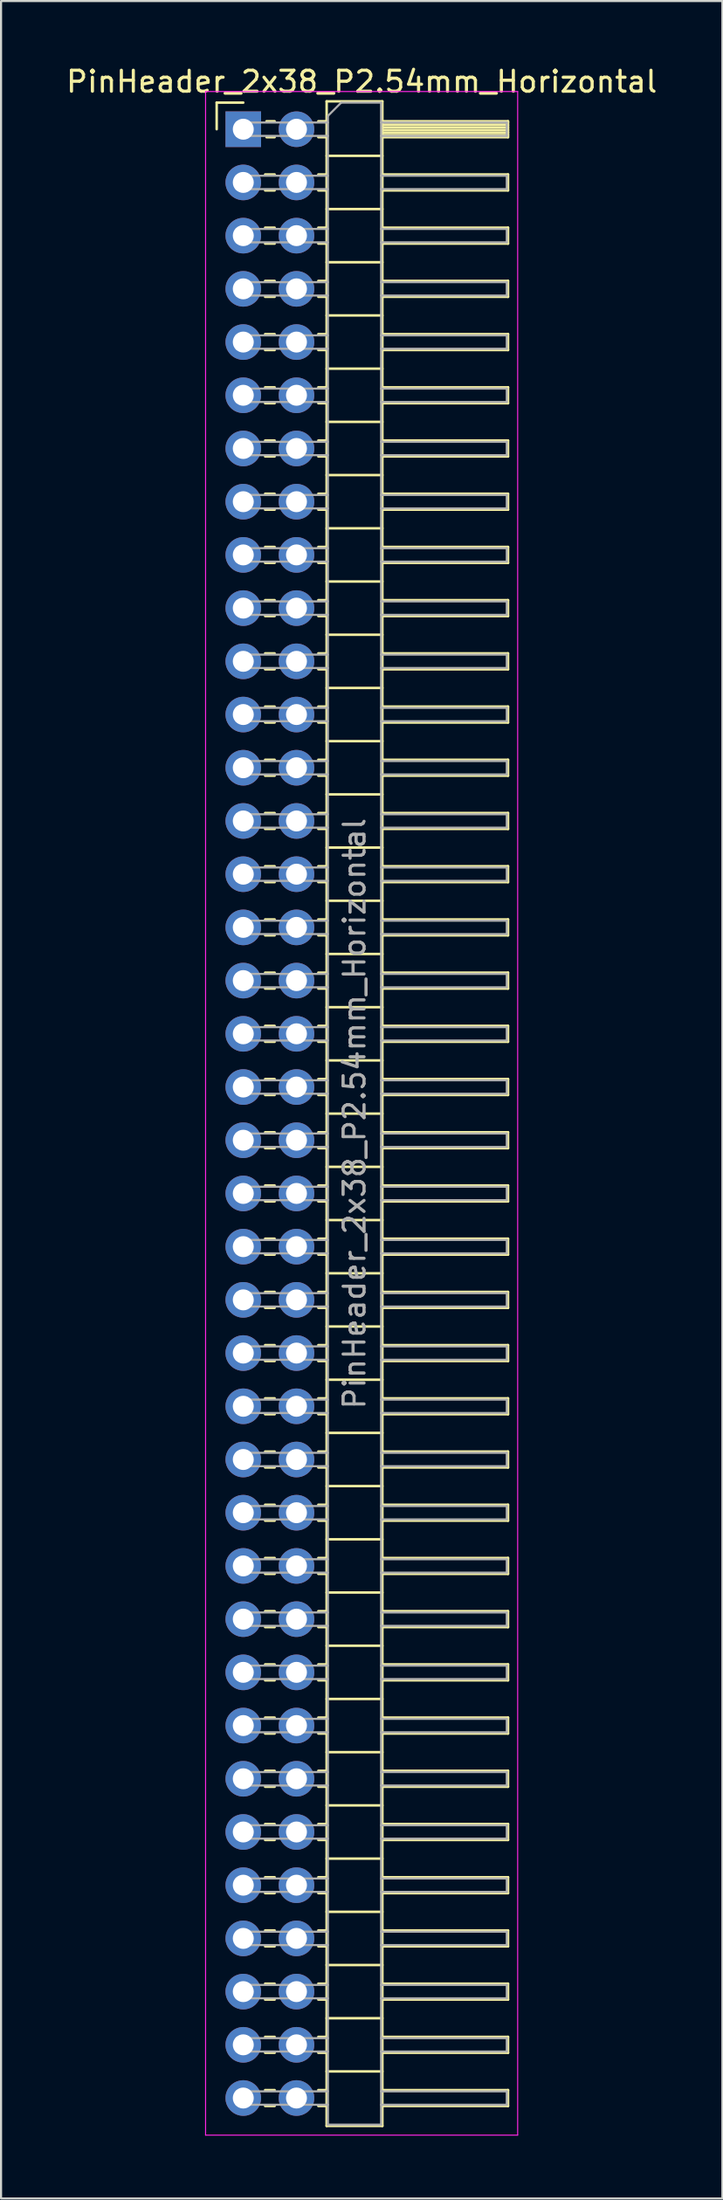
<source format=kicad_pcb>
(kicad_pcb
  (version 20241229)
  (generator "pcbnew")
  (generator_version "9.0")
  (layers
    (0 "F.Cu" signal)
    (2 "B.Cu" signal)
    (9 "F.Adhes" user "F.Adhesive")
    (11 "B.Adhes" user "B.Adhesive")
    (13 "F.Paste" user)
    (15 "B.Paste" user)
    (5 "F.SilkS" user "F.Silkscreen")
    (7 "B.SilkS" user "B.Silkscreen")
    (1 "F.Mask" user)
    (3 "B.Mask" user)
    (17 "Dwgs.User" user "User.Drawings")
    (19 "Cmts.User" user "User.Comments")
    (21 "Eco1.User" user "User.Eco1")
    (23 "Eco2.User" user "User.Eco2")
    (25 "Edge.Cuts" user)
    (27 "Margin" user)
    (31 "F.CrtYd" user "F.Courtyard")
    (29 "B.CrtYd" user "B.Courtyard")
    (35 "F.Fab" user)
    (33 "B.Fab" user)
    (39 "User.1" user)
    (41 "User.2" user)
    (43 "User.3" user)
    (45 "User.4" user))
  (footprint "PinHeader_2x38_P2.54mm_Horizontal"
    (layer "F.Cu")
    (at 8.565 3.118)
    (property "Reference" "PinHeader_2x38_P2.54mm_Horizontal" (at 5.655 -2.27 0) (layer "F.SilkS") (effects (font (size 1 1) (thickness 0.15))))
    (attr through_hole)
    (fp_line (start -1.27 -1.27) (end 0 -1.27) (stroke (width 0.12) (type solid)) (layer "F.SilkS"))
    (fp_line (start -1.27 0) (end -1.27 -1.27) (stroke (width 0.12) (type solid)) (layer "F.SilkS"))
    (fp_line (start 1.043 2.16) (end 1.497 2.16) (stroke (width 0.12) (type solid)) (layer "F.SilkS"))
    (fp_line (start 1.043 2.92) (end 1.497 2.92) (stroke (width 0.12) (type solid)) (layer "F.SilkS"))
    (fp_line (start 1.043 4.7) (end 1.497 4.7) (stroke (width 0.12) (type solid)) (layer "F.SilkS"))
    (fp_line (start 1.043 5.46) (end 1.497 5.46) (stroke (width 0.12) (type solid)) (layer "F.SilkS"))
    (fp_line (start 1.043 7.24) (end 1.497 7.24) (stroke (width 0.12) (type solid)) (layer "F.SilkS"))
    (fp_line (start 1.043 8) (end 1.497 8) (stroke (width 0.12) (type solid)) (layer "F.SilkS"))
    (fp_line (start 1.043 9.78) (end 1.497 9.78) (stroke (width 0.12) (type solid)) (layer "F.SilkS"))
    (fp_line (start 1.043 10.54) (end 1.497 10.54) (stroke (width 0.12) (type solid)) (layer "F.SilkS"))
    (fp_line (start 1.043 12.32) (end 1.497 12.32) (stroke (width 0.12) (type solid)) (layer "F.SilkS"))
    (fp_line (start 1.043 13.08) (end 1.497 13.08) (stroke (width 0.12) (type solid)) (layer "F.SilkS"))
    (fp_line (start 1.043 14.86) (end 1.497 14.86) (stroke (width 0.12) (type solid)) (layer "F.SilkS"))
    (fp_line (start 1.043 15.62) (end 1.497 15.62) (stroke (width 0.12) (type solid)) (layer "F.SilkS"))
    (fp_line (start 1.043 17.4) (end 1.497 17.4) (stroke (width 0.12) (type solid)) (layer "F.SilkS"))
    (fp_line (start 1.043 18.16) (end 1.497 18.16) (stroke (width 0.12) (type solid)) (layer "F.SilkS"))
    (fp_line (start 1.043 19.94) (end 1.497 19.94) (stroke (width 0.12) (type solid)) (layer "F.SilkS"))
    (fp_line (start 1.043 20.7) (end 1.497 20.7) (stroke (width 0.12) (type solid)) (layer "F.SilkS"))
    (fp_line (start 1.043 22.48) (end 1.497 22.48) (stroke (width 0.12) (type solid)) (layer "F.SilkS"))
    (fp_line (start 1.043 23.24) (end 1.497 23.24) (stroke (width 0.12) (type solid)) (layer "F.SilkS"))
    (fp_line (start 1.043 25.02) (end 1.497 25.02) (stroke (width 0.12) (type solid)) (layer "F.SilkS"))
    (fp_line (start 1.043 25.78) (end 1.497 25.78) (stroke (width 0.12) (type solid)) (layer "F.SilkS"))
    (fp_line (start 1.043 27.56) (end 1.497 27.56) (stroke (width 0.12) (type solid)) (layer "F.SilkS"))
    (fp_line (start 1.043 28.32) (end 1.497 28.32) (stroke (width 0.12) (type solid)) (layer "F.SilkS"))
    (fp_line (start 1.043 30.1) (end 1.497 30.1) (stroke (width 0.12) (type solid)) (layer "F.SilkS"))
    (fp_line (start 1.043 30.86) (end 1.497 30.86) (stroke (width 0.12) (type solid)) (layer "F.SilkS"))
    (fp_line (start 1.043 32.64) (end 1.497 32.64) (stroke (width 0.12) (type solid)) (layer "F.SilkS"))
    (fp_line (start 1.043 33.4) (end 1.497 33.4) (stroke (width 0.12) (type solid)) (layer "F.SilkS"))
    (fp_line (start 1.043 35.18) (end 1.497 35.18) (stroke (width 0.12) (type solid)) (layer "F.SilkS"))
    (fp_line (start 1.043 35.94) (end 1.497 35.94) (stroke (width 0.12) (type solid)) (layer "F.SilkS"))
    (fp_line (start 1.043 37.72) (end 1.497 37.72) (stroke (width 0.12) (type solid)) (layer "F.SilkS"))
    (fp_line (start 1.043 38.48) (end 1.497 38.48) (stroke (width 0.12) (type solid)) (layer "F.SilkS"))
    (fp_line (start 1.043 40.26) (end 1.497 40.26) (stroke (width 0.12) (type solid)) (layer "F.SilkS"))
    (fp_line (start 1.043 41.02) (end 1.497 41.02) (stroke (width 0.12) (type solid)) (layer "F.SilkS"))
    (fp_line (start 1.043 42.8) (end 1.497 42.8) (stroke (width 0.12) (type solid)) (layer "F.SilkS"))
    (fp_line (start 1.043 43.56) (end 1.497 43.56) (stroke (width 0.12) (type solid)) (layer "F.SilkS"))
    (fp_line (start 1.043 45.34) (end 1.497 45.34) (stroke (width 0.12) (type solid)) (layer "F.SilkS"))
    (fp_line (start 1.043 46.1) (end 1.497 46.1) (stroke (width 0.12) (type solid)) (layer "F.SilkS"))
    (fp_line (start 1.043 47.88) (end 1.497 47.88) (stroke (width 0.12) (type solid)) (layer "F.SilkS"))
    (fp_line (start 1.043 48.64) (end 1.497 48.64) (stroke (width 0.12) (type solid)) (layer "F.SilkS"))
    (fp_line (start 1.043 50.42) (end 1.497 50.42) (stroke (width 0.12) (type solid)) (layer "F.SilkS"))
    (fp_line (start 1.043 51.18) (end 1.497 51.18) (stroke (width 0.12) (type solid)) (layer "F.SilkS"))
    (fp_line (start 1.043 52.96) (end 1.497 52.96) (stroke (width 0.12) (type solid)) (layer "F.SilkS"))
    (fp_line (start 1.043 53.72) (end 1.497 53.72) (stroke (width 0.12) (type solid)) (layer "F.SilkS"))
    (fp_line (start 1.043 55.5) (end 1.497 55.5) (stroke (width 0.12) (type solid)) (layer "F.SilkS"))
    (fp_line (start 1.043 56.26) (end 1.497 56.26) (stroke (width 0.12) (type solid)) (layer "F.SilkS"))
    (fp_line (start 1.043 58.04) (end 1.497 58.04) (stroke (width 0.12) (type solid)) (layer "F.SilkS"))
    (fp_line (start 1.043 58.8) (end 1.497 58.8) (stroke (width 0.12) (type solid)) (layer "F.SilkS"))
    (fp_line (start 1.043 60.58) (end 1.497 60.58) (stroke (width 0.12) (type solid)) (layer "F.SilkS"))
    (fp_line (start 1.043 61.34) (end 1.497 61.34) (stroke (width 0.12) (type solid)) (layer "F.SilkS"))
    (fp_line (start 1.043 63.12) (end 1.497 63.12) (stroke (width 0.12) (type solid)) (layer "F.SilkS"))
    (fp_line (start 1.043 63.88) (end 1.497 63.88) (stroke (width 0.12) (type solid)) (layer "F.SilkS"))
    (fp_line (start 1.043 65.66) (end 1.497 65.66) (stroke (width 0.12) (type solid)) (layer "F.SilkS"))
    (fp_line (start 1.043 66.42) (end 1.497 66.42) (stroke (width 0.12) (type solid)) (layer "F.SilkS"))
    (fp_line (start 1.043 68.2) (end 1.497 68.2) (stroke (width 0.12) (type solid)) (layer "F.SilkS"))
    (fp_line (start 1.043 68.96) (end 1.497 68.96) (stroke (width 0.12) (type solid)) (layer "F.SilkS"))
    (fp_line (start 1.043 70.74) (end 1.497 70.74) (stroke (width 0.12) (type solid)) (layer "F.SilkS"))
    (fp_line (start 1.043 71.5) (end 1.497 71.5) (stroke (width 0.12) (type solid)) (layer "F.SilkS"))
    (fp_line (start 1.043 73.28) (end 1.497 73.28) (stroke (width 0.12) (type solid)) (layer "F.SilkS"))
    (fp_line (start 1.043 74.04) (end 1.497 74.04) (stroke (width 0.12) (type solid)) (layer "F.SilkS"))
    (fp_line (start 1.043 75.82) (end 1.497 75.82) (stroke (width 0.12) (type solid)) (layer "F.SilkS"))
    (fp_line (start 1.043 76.58) (end 1.497 76.58) (stroke (width 0.12) (type solid)) (layer "F.SilkS"))
    (fp_line (start 1.043 78.36) (end 1.497 78.36) (stroke (width 0.12) (type solid)) (layer "F.SilkS"))
    (fp_line (start 1.043 79.12) (end 1.497 79.12) (stroke (width 0.12) (type solid)) (layer "F.SilkS"))
    (fp_line (start 1.043 80.9) (end 1.497 80.9) (stroke (width 0.12) (type solid)) (layer "F.SilkS"))
    (fp_line (start 1.043 81.66) (end 1.497 81.66) (stroke (width 0.12) (type solid)) (layer "F.SilkS"))
    (fp_line (start 1.043 83.44) (end 1.497 83.44) (stroke (width 0.12) (type solid)) (layer "F.SilkS"))
    (fp_line (start 1.043 84.2) (end 1.497 84.2) (stroke (width 0.12) (type solid)) (layer "F.SilkS"))
    (fp_line (start 1.043 85.98) (end 1.497 85.98) (stroke (width 0.12) (type solid)) (layer "F.SilkS"))
    (fp_line (start 1.043 86.74) (end 1.497 86.74) (stroke (width 0.12) (type solid)) (layer "F.SilkS"))
    (fp_line (start 1.043 88.52) (end 1.497 88.52) (stroke (width 0.12) (type solid)) (layer "F.SilkS"))
    (fp_line (start 1.043 89.28) (end 1.497 89.28) (stroke (width 0.12) (type solid)) (layer "F.SilkS"))
    (fp_line (start 1.043 91.06) (end 1.497 91.06) (stroke (width 0.12) (type solid)) (layer "F.SilkS"))
    (fp_line (start 1.043 91.82) (end 1.497 91.82) (stroke (width 0.12) (type solid)) (layer "F.SilkS"))
    (fp_line (start 1.043 93.6) (end 1.497 93.6) (stroke (width 0.12) (type solid)) (layer "F.SilkS"))
    (fp_line (start 1.043 94.36) (end 1.497 94.36) (stroke (width 0.12) (type solid)) (layer "F.SilkS"))
    (fp_line (start 1.11 -0.38) (end 1.497 -0.38) (stroke (width 0.12) (type solid)) (layer "F.SilkS"))
    (fp_line (start 1.11 0.38) (end 1.497 0.38) (stroke (width 0.12) (type solid)) (layer "F.SilkS"))
    (fp_line (start 3.583 -0.38) (end 3.98 -0.38) (stroke (width 0.12) (type solid)) (layer "F.SilkS"))
    (fp_line (start 3.583 0.38) (end 3.98 0.38) (stroke (width 0.12) (type solid)) (layer "F.SilkS"))
    (fp_line (start 3.583 2.16) (end 3.98 2.16) (stroke (width 0.12) (type solid)) (layer "F.SilkS"))
    (fp_line (start 3.583 2.92) (end 3.98 2.92) (stroke (width 0.12) (type solid)) (layer "F.SilkS"))
    (fp_line (start 3.583 4.7) (end 3.98 4.7) (stroke (width 0.12) (type solid)) (layer "F.SilkS"))
    (fp_line (start 3.583 5.46) (end 3.98 5.46) (stroke (width 0.12) (type solid)) (layer "F.SilkS"))
    (fp_line (start 3.583 7.24) (end 3.98 7.24) (stroke (width 0.12) (type solid)) (layer "F.SilkS"))
    (fp_line (start 3.583 8) (end 3.98 8) (stroke (width 0.12) (type solid)) (layer "F.SilkS"))
    (fp_line (start 3.583 9.78) (end 3.98 9.78) (stroke (width 0.12) (type solid)) (layer "F.SilkS"))
    (fp_line (start 3.583 10.54) (end 3.98 10.54) (stroke (width 0.12) (type solid)) (layer "F.SilkS"))
    (fp_line (start 3.583 12.32) (end 3.98 12.32) (stroke (width 0.12) (type solid)) (layer "F.SilkS"))
    (fp_line (start 3.583 13.08) (end 3.98 13.08) (stroke (width 0.12) (type solid)) (layer "F.SilkS"))
    (fp_line (start 3.583 14.86) (end 3.98 14.86) (stroke (width 0.12) (type solid)) (layer "F.SilkS"))
    (fp_line (start 3.583 15.62) (end 3.98 15.62) (stroke (width 0.12) (type solid)) (layer "F.SilkS"))
    (fp_line (start 3.583 17.4) (end 3.98 17.4) (stroke (width 0.12) (type solid)) (layer "F.SilkS"))
    (fp_line (start 3.583 18.16) (end 3.98 18.16) (stroke (width 0.12) (type solid)) (layer "F.SilkS"))
    (fp_line (start 3.583 19.94) (end 3.98 19.94) (stroke (width 0.12) (type solid)) (layer "F.SilkS"))
    (fp_line (start 3.583 20.7) (end 3.98 20.7) (stroke (width 0.12) (type solid)) (layer "F.SilkS"))
    (fp_line (start 3.583 22.48) (end 3.98 22.48) (stroke (width 0.12) (type solid)) (layer "F.SilkS"))
    (fp_line (start 3.583 23.24) (end 3.98 23.24) (stroke (width 0.12) (type solid)) (layer "F.SilkS"))
    (fp_line (start 3.583 25.02) (end 3.98 25.02) (stroke (width 0.12) (type solid)) (layer "F.SilkS"))
    (fp_line (start 3.583 25.78) (end 3.98 25.78) (stroke (width 0.12) (type solid)) (layer "F.SilkS"))
    (fp_line (start 3.583 27.56) (end 3.98 27.56) (stroke (width 0.12) (type solid)) (layer "F.SilkS"))
    (fp_line (start 3.583 28.32) (end 3.98 28.32) (stroke (width 0.12) (type solid)) (layer "F.SilkS"))
    (fp_line (start 3.583 30.1) (end 3.98 30.1) (stroke (width 0.12) (type solid)) (layer "F.SilkS"))
    (fp_line (start 3.583 30.86) (end 3.98 30.86) (stroke (width 0.12) (type solid)) (layer "F.SilkS"))
    (fp_line (start 3.583 32.64) (end 3.98 32.64) (stroke (width 0.12) (type solid)) (layer "F.SilkS"))
    (fp_line (start 3.583 33.4) (end 3.98 33.4) (stroke (width 0.12) (type solid)) (layer "F.SilkS"))
    (fp_line (start 3.583 35.18) (end 3.98 35.18) (stroke (width 0.12) (type solid)) (layer "F.SilkS"))
    (fp_line (start 3.583 35.94) (end 3.98 35.94) (stroke (width 0.12) (type solid)) (layer "F.SilkS"))
    (fp_line (start 3.583 37.72) (end 3.98 37.72) (stroke (width 0.12) (type solid)) (layer "F.SilkS"))
    (fp_line (start 3.583 38.48) (end 3.98 38.48) (stroke (width 0.12) (type solid)) (layer "F.SilkS"))
    (fp_line (start 3.583 40.26) (end 3.98 40.26) (stroke (width 0.12) (type solid)) (layer "F.SilkS"))
    (fp_line (start 3.583 41.02) (end 3.98 41.02) (stroke (width 0.12) (type solid)) (layer "F.SilkS"))
    (fp_line (start 3.583 42.8) (end 3.98 42.8) (stroke (width 0.12) (type solid)) (layer "F.SilkS"))
    (fp_line (start 3.583 43.56) (end 3.98 43.56) (stroke (width 0.12) (type solid)) (layer "F.SilkS"))
    (fp_line (start 3.583 45.34) (end 3.98 45.34) (stroke (width 0.12) (type solid)) (layer "F.SilkS"))
    (fp_line (start 3.583 46.1) (end 3.98 46.1) (stroke (width 0.12) (type solid)) (layer "F.SilkS"))
    (fp_line (start 3.583 47.88) (end 3.98 47.88) (stroke (width 0.12) (type solid)) (layer "F.SilkS"))
    (fp_line (start 3.583 48.64) (end 3.98 48.64) (stroke (width 0.12) (type solid)) (layer "F.SilkS"))
    (fp_line (start 3.583 50.42) (end 3.98 50.42) (stroke (width 0.12) (type solid)) (layer "F.SilkS"))
    (fp_line (start 3.583 51.18) (end 3.98 51.18) (stroke (width 0.12) (type solid)) (layer "F.SilkS"))
    (fp_line (start 3.583 52.96) (end 3.98 52.96) (stroke (width 0.12) (type solid)) (layer "F.SilkS"))
    (fp_line (start 3.583 53.72) (end 3.98 53.72) (stroke (width 0.12) (type solid)) (layer "F.SilkS"))
    (fp_line (start 3.583 55.5) (end 3.98 55.5) (stroke (width 0.12) (type solid)) (layer "F.SilkS"))
    (fp_line (start 3.583 56.26) (end 3.98 56.26) (stroke (width 0.12) (type solid)) (layer "F.SilkS"))
    (fp_line (start 3.583 58.04) (end 3.98 58.04) (stroke (width 0.12) (type solid)) (layer "F.SilkS"))
    (fp_line (start 3.583 58.8) (end 3.98 58.8) (stroke (width 0.12) (type solid)) (layer "F.SilkS"))
    (fp_line (start 3.583 60.58) (end 3.98 60.58) (stroke (width 0.12) (type solid)) (layer "F.SilkS"))
    (fp_line (start 3.583 61.34) (end 3.98 61.34) (stroke (width 0.12) (type solid)) (layer "F.SilkS"))
    (fp_line (start 3.583 63.12) (end 3.98 63.12) (stroke (width 0.12) (type solid)) (layer "F.SilkS"))
    (fp_line (start 3.583 63.88) (end 3.98 63.88) (stroke (width 0.12) (type solid)) (layer "F.SilkS"))
    (fp_line (start 3.583 65.66) (end 3.98 65.66) (stroke (width 0.12) (type solid)) (layer "F.SilkS"))
    (fp_line (start 3.583 66.42) (end 3.98 66.42) (stroke (width 0.12) (type solid)) (layer "F.SilkS"))
    (fp_line (start 3.583 68.2) (end 3.98 68.2) (stroke (width 0.12) (type solid)) (layer "F.SilkS"))
    (fp_line (start 3.583 68.96) (end 3.98 68.96) (stroke (width 0.12) (type solid)) (layer "F.SilkS"))
    (fp_line (start 3.583 70.74) (end 3.98 70.74) (stroke (width 0.12) (type solid)) (layer "F.SilkS"))
    (fp_line (start 3.583 71.5) (end 3.98 71.5) (stroke (width 0.12) (type solid)) (layer "F.SilkS"))
    (fp_line (start 3.583 73.28) (end 3.98 73.28) (stroke (width 0.12) (type solid)) (layer "F.SilkS"))
    (fp_line (start 3.583 74.04) (end 3.98 74.04) (stroke (width 0.12) (type solid)) (layer "F.SilkS"))
    (fp_line (start 3.583 75.82) (end 3.98 75.82) (stroke (width 0.12) (type solid)) (layer "F.SilkS"))
    (fp_line (start 3.583 76.58) (end 3.98 76.58) (stroke (width 0.12) (type solid)) (layer "F.SilkS"))
    (fp_line (start 3.583 78.36) (end 3.98 78.36) (stroke (width 0.12) (type solid)) (layer "F.SilkS"))
    (fp_line (start 3.583 79.12) (end 3.98 79.12) (stroke (width 0.12) (type solid)) (layer "F.SilkS"))
    (fp_line (start 3.583 80.9) (end 3.98 80.9) (stroke (width 0.12) (type solid)) (layer "F.SilkS"))
    (fp_line (start 3.583 81.66) (end 3.98 81.66) (stroke (width 0.12) (type solid)) (layer "F.SilkS"))
    (fp_line (start 3.583 83.44) (end 3.98 83.44) (stroke (width 0.12) (type solid)) (layer "F.SilkS"))
    (fp_line (start 3.583 84.2) (end 3.98 84.2) (stroke (width 0.12) (type solid)) (layer "F.SilkS"))
    (fp_line (start 3.583 85.98) (end 3.98 85.98) (stroke (width 0.12) (type solid)) (layer "F.SilkS"))
    (fp_line (start 3.583 86.74) (end 3.98 86.74) (stroke (width 0.12) (type solid)) (layer "F.SilkS"))
    (fp_line (start 3.583 88.52) (end 3.98 88.52) (stroke (width 0.12) (type solid)) (layer "F.SilkS"))
    (fp_line (start 3.583 89.28) (end 3.98 89.28) (stroke (width 0.12) (type solid)) (layer "F.SilkS"))
    (fp_line (start 3.583 91.06) (end 3.98 91.06) (stroke (width 0.12) (type solid)) (layer "F.SilkS"))
    (fp_line (start 3.583 91.82) (end 3.98 91.82) (stroke (width 0.12) (type solid)) (layer "F.SilkS"))
    (fp_line (start 3.583 93.6) (end 3.98 93.6) (stroke (width 0.12) (type solid)) (layer "F.SilkS"))
    (fp_line (start 3.583 94.36) (end 3.98 94.36) (stroke (width 0.12) (type solid)) (layer "F.SilkS"))
    (fp_line (start 3.98 -1.33) (end 3.98 95.31) (stroke (width 0.12) (type solid)) (layer "F.SilkS"))
    (fp_line (start 3.98 1.27) (end 6.64 1.27) (stroke (width 0.12) (type solid)) (layer "F.SilkS"))
    (fp_line (start 3.98 3.81) (end 6.64 3.81) (stroke (width 0.12) (type solid)) (layer "F.SilkS"))
    (fp_line (start 3.98 6.35) (end 6.64 6.35) (stroke (width 0.12) (type solid)) (layer "F.SilkS"))
    (fp_line (start 3.98 8.89) (end 6.64 8.89) (stroke (width 0.12) (type solid)) (layer "F.SilkS"))
    (fp_line (start 3.98 11.43) (end 6.64 11.43) (stroke (width 0.12) (type solid)) (layer "F.SilkS"))
    (fp_line (start 3.98 13.97) (end 6.64 13.97) (stroke (width 0.12) (type solid)) (layer "F.SilkS"))
    (fp_line (start 3.98 16.51) (end 6.64 16.51) (stroke (width 0.12) (type solid)) (layer "F.SilkS"))
    (fp_line (start 3.98 19.05) (end 6.64 19.05) (stroke (width 0.12) (type solid)) (layer "F.SilkS"))
    (fp_line (start 3.98 21.59) (end 6.64 21.59) (stroke (width 0.12) (type solid)) (layer "F.SilkS"))
    (fp_line (start 3.98 24.13) (end 6.64 24.13) (stroke (width 0.12) (type solid)) (layer "F.SilkS"))
    (fp_line (start 3.98 26.67) (end 6.64 26.67) (stroke (width 0.12) (type solid)) (layer "F.SilkS"))
    (fp_line (start 3.98 29.21) (end 6.64 29.21) (stroke (width 0.12) (type solid)) (layer "F.SilkS"))
    (fp_line (start 3.98 31.75) (end 6.64 31.75) (stroke (width 0.12) (type solid)) (layer "F.SilkS"))
    (fp_line (start 3.98 34.29) (end 6.64 34.29) (stroke (width 0.12) (type solid)) (layer "F.SilkS"))
    (fp_line (start 3.98 36.83) (end 6.64 36.83) (stroke (width 0.12) (type solid)) (layer "F.SilkS"))
    (fp_line (start 3.98 39.37) (end 6.64 39.37) (stroke (width 0.12) (type solid)) (layer "F.SilkS"))
    (fp_line (start 3.98 41.91) (end 6.64 41.91) (stroke (width 0.12) (type solid)) (layer "F.SilkS"))
    (fp_line (start 3.98 44.45) (end 6.64 44.45) (stroke (width 0.12) (type solid)) (layer "F.SilkS"))
    (fp_line (start 3.98 46.99) (end 6.64 46.99) (stroke (width 0.12) (type solid)) (layer "F.SilkS"))
    (fp_line (start 3.98 49.53) (end 6.64 49.53) (stroke (width 0.12) (type solid)) (layer "F.SilkS"))
    (fp_line (start 3.98 52.07) (end 6.64 52.07) (stroke (width 0.12) (type solid)) (layer "F.SilkS"))
    (fp_line (start 3.98 54.61) (end 6.64 54.61) (stroke (width 0.12) (type solid)) (layer "F.SilkS"))
    (fp_line (start 3.98 57.15) (end 6.64 57.15) (stroke (width 0.12) (type solid)) (layer "F.SilkS"))
    (fp_line (start 3.98 59.69) (end 6.64 59.69) (stroke (width 0.12) (type solid)) (layer "F.SilkS"))
    (fp_line (start 3.98 62.23) (end 6.64 62.23) (stroke (width 0.12) (type solid)) (layer "F.SilkS"))
    (fp_line (start 3.98 64.77) (end 6.64 64.77) (stroke (width 0.12) (type solid)) (layer "F.SilkS"))
    (fp_line (start 3.98 67.31) (end 6.64 67.31) (stroke (width 0.12) (type solid)) (layer "F.SilkS"))
    (fp_line (start 3.98 69.85) (end 6.64 69.85) (stroke (width 0.12) (type solid)) (layer "F.SilkS"))
    (fp_line (start 3.98 72.39) (end 6.64 72.39) (stroke (width 0.12) (type solid)) (layer "F.SilkS"))
    (fp_line (start 3.98 74.93) (end 6.64 74.93) (stroke (width 0.12) (type solid)) (layer "F.SilkS"))
    (fp_line (start 3.98 77.47) (end 6.64 77.47) (stroke (width 0.12) (type solid)) (layer "F.SilkS"))
    (fp_line (start 3.98 80.01) (end 6.64 80.01) (stroke (width 0.12) (type solid)) (layer "F.SilkS"))
    (fp_line (start 3.98 82.55) (end 6.64 82.55) (stroke (width 0.12) (type solid)) (layer "F.SilkS"))
    (fp_line (start 3.98 85.09) (end 6.64 85.09) (stroke (width 0.12) (type solid)) (layer "F.SilkS"))
    (fp_line (start 3.98 87.63) (end 6.64 87.63) (stroke (width 0.12) (type solid)) (layer "F.SilkS"))
    (fp_line (start 3.98 90.17) (end 6.64 90.17) (stroke (width 0.12) (type solid)) (layer "F.SilkS"))
    (fp_line (start 3.98 92.71) (end 6.64 92.71) (stroke (width 0.12) (type solid)) (layer "F.SilkS"))
    (fp_line (start 3.98 95.31) (end 6.64 95.31) (stroke (width 0.12) (type solid)) (layer "F.SilkS"))
    (fp_line (start 6.64 -1.33) (end 3.98 -1.33) (stroke (width 0.12) (type solid)) (layer "F.SilkS"))
    (fp_line (start 6.64 -0.38) (end 12.64 -0.38) (stroke (width 0.12) (type solid)) (layer "F.SilkS"))
    (fp_line (start 6.64 -0.32) (end 12.64 -0.32) (stroke (width 0.12) (type solid)) (layer "F.SilkS"))
    (fp_line (start 6.64 -0.2) (end 12.64 -0.2) (stroke (width 0.12) (type solid)) (layer "F.SilkS"))
    (fp_line (start 6.64 -0.08) (end 12.64 -0.08) (stroke (width 0.12) (type solid)) (layer "F.SilkS"))
    (fp_line (start 6.64 0.04) (end 12.64 0.04) (stroke (width 0.12) (type solid)) (layer "F.SilkS"))
    (fp_line (start 6.64 0.16) (end 12.64 0.16) (stroke (width 0.12) (type solid)) (layer "F.SilkS"))
    (fp_line (start 6.64 0.28) (end 12.64 0.28) (stroke (width 0.12) (type solid)) (layer "F.SilkS"))
    (fp_line (start 6.64 2.16) (end 12.64 2.16) (stroke (width 0.12) (type solid)) (layer "F.SilkS"))
    (fp_line (start 6.64 4.7) (end 12.64 4.7) (stroke (width 0.12) (type solid)) (layer "F.SilkS"))
    (fp_line (start 6.64 7.24) (end 12.64 7.24) (stroke (width 0.12) (type solid)) (layer "F.SilkS"))
    (fp_line (start 6.64 9.78) (end 12.64 9.78) (stroke (width 0.12) (type solid)) (layer "F.SilkS"))
    (fp_line (start 6.64 12.32) (end 12.64 12.32) (stroke (width 0.12) (type solid)) (layer "F.SilkS"))
    (fp_line (start 6.64 14.86) (end 12.64 14.86) (stroke (width 0.12) (type solid)) (layer "F.SilkS"))
    (fp_line (start 6.64 17.4) (end 12.64 17.4) (stroke (width 0.12) (type solid)) (layer "F.SilkS"))
    (fp_line (start 6.64 19.94) (end 12.64 19.94) (stroke (width 0.12) (type solid)) (layer "F.SilkS"))
    (fp_line (start 6.64 22.48) (end 12.64 22.48) (stroke (width 0.12) (type solid)) (layer "F.SilkS"))
    (fp_line (start 6.64 25.02) (end 12.64 25.02) (stroke (width 0.12) (type solid)) (layer "F.SilkS"))
    (fp_line (start 6.64 27.56) (end 12.64 27.56) (stroke (width 0.12) (type solid)) (layer "F.SilkS"))
    (fp_line (start 6.64 30.1) (end 12.64 30.1) (stroke (width 0.12) (type solid)) (layer "F.SilkS"))
    (fp_line (start 6.64 32.64) (end 12.64 32.64) (stroke (width 0.12) (type solid)) (layer "F.SilkS"))
    (fp_line (start 6.64 35.18) (end 12.64 35.18) (stroke (width 0.12) (type solid)) (layer "F.SilkS"))
    (fp_line (start 6.64 37.72) (end 12.64 37.72) (stroke (width 0.12) (type solid)) (layer "F.SilkS"))
    (fp_line (start 6.64 40.26) (end 12.64 40.26) (stroke (width 0.12) (type solid)) (layer "F.SilkS"))
    (fp_line (start 6.64 42.8) (end 12.64 42.8) (stroke (width 0.12) (type solid)) (layer "F.SilkS"))
    (fp_line (start 6.64 45.34) (end 12.64 45.34) (stroke (width 0.12) (type solid)) (layer "F.SilkS"))
    (fp_line (start 6.64 47.88) (end 12.64 47.88) (stroke (width 0.12) (type solid)) (layer "F.SilkS"))
    (fp_line (start 6.64 50.42) (end 12.64 50.42) (stroke (width 0.12) (type solid)) (layer "F.SilkS"))
    (fp_line (start 6.64 52.96) (end 12.64 52.96) (stroke (width 0.12) (type solid)) (layer "F.SilkS"))
    (fp_line (start 6.64 55.5) (end 12.64 55.5) (stroke (width 0.12) (type solid)) (layer "F.SilkS"))
    (fp_line (start 6.64 58.04) (end 12.64 58.04) (stroke (width 0.12) (type solid)) (layer "F.SilkS"))
    (fp_line (start 6.64 60.58) (end 12.64 60.58) (stroke (width 0.12) (type solid)) (layer "F.SilkS"))
    (fp_line (start 6.64 63.12) (end 12.64 63.12) (stroke (width 0.12) (type solid)) (layer "F.SilkS"))
    (fp_line (start 6.64 65.66) (end 12.64 65.66) (stroke (width 0.12) (type solid)) (layer "F.SilkS"))
    (fp_line (start 6.64 68.2) (end 12.64 68.2) (stroke (width 0.12) (type solid)) (layer "F.SilkS"))
    (fp_line (start 6.64 70.74) (end 12.64 70.74) (stroke (width 0.12) (type solid)) (layer "F.SilkS"))
    (fp_line (start 6.64 73.28) (end 12.64 73.28) (stroke (width 0.12) (type solid)) (layer "F.SilkS"))
    (fp_line (start 6.64 75.82) (end 12.64 75.82) (stroke (width 0.12) (type solid)) (layer "F.SilkS"))
    (fp_line (start 6.64 78.36) (end 12.64 78.36) (stroke (width 0.12) (type solid)) (layer "F.SilkS"))
    (fp_line (start 6.64 80.9) (end 12.64 80.9) (stroke (width 0.12) (type solid)) (layer "F.SilkS"))
    (fp_line (start 6.64 83.44) (end 12.64 83.44) (stroke (width 0.12) (type solid)) (layer "F.SilkS"))
    (fp_line (start 6.64 85.98) (end 12.64 85.98) (stroke (width 0.12) (type solid)) (layer "F.SilkS"))
    (fp_line (start 6.64 88.52) (end 12.64 88.52) (stroke (width 0.12) (type solid)) (layer "F.SilkS"))
    (fp_line (start 6.64 91.06) (end 12.64 91.06) (stroke (width 0.12) (type solid)) (layer "F.SilkS"))
    (fp_line (start 6.64 93.6) (end 12.64 93.6) (stroke (width 0.12) (type solid)) (layer "F.SilkS"))
    (fp_line (start 6.64 95.31) (end 6.64 -1.33) (stroke (width 0.12) (type solid)) (layer "F.SilkS"))
    (fp_line (start 12.64 -0.38) (end 12.64 0.38) (stroke (width 0.12) (type solid)) (layer "F.SilkS"))
    (fp_line (start 12.64 0.38) (end 6.64 0.38) (stroke (width 0.12) (type solid)) (layer "F.SilkS"))
    (fp_line (start 12.64 2.16) (end 12.64 2.92) (stroke (width 0.12) (type solid)) (layer "F.SilkS"))
    (fp_line (start 12.64 2.92) (end 6.64 2.92) (stroke (width 0.12) (type solid)) (layer "F.SilkS"))
    (fp_line (start 12.64 4.7) (end 12.64 5.46) (stroke (width 0.12) (type solid)) (layer "F.SilkS"))
    (fp_line (start 12.64 5.46) (end 6.64 5.46) (stroke (width 0.12) (type solid)) (layer "F.SilkS"))
    (fp_line (start 12.64 7.24) (end 12.64 8) (stroke (width 0.12) (type solid)) (layer "F.SilkS"))
    (fp_line (start 12.64 8) (end 6.64 8) (stroke (width 0.12) (type solid)) (layer "F.SilkS"))
    (fp_line (start 12.64 9.78) (end 12.64 10.54) (stroke (width 0.12) (type solid)) (layer "F.SilkS"))
    (fp_line (start 12.64 10.54) (end 6.64 10.54) (stroke (width 0.12) (type solid)) (layer "F.SilkS"))
    (fp_line (start 12.64 12.32) (end 12.64 13.08) (stroke (width 0.12) (type solid)) (layer "F.SilkS"))
    (fp_line (start 12.64 13.08) (end 6.64 13.08) (stroke (width 0.12) (type solid)) (layer "F.SilkS"))
    (fp_line (start 12.64 14.86) (end 12.64 15.62) (stroke (width 0.12) (type solid)) (layer "F.SilkS"))
    (fp_line (start 12.64 15.62) (end 6.64 15.62) (stroke (width 0.12) (type solid)) (layer "F.SilkS"))
    (fp_line (start 12.64 17.4) (end 12.64 18.16) (stroke (width 0.12) (type solid)) (layer "F.SilkS"))
    (fp_line (start 12.64 18.16) (end 6.64 18.16) (stroke (width 0.12) (type solid)) (layer "F.SilkS"))
    (fp_line (start 12.64 19.94) (end 12.64 20.7) (stroke (width 0.12) (type solid)) (layer "F.SilkS"))
    (fp_line (start 12.64 20.7) (end 6.64 20.7) (stroke (width 0.12) (type solid)) (layer "F.SilkS"))
    (fp_line (start 12.64 22.48) (end 12.64 23.24) (stroke (width 0.12) (type solid)) (layer "F.SilkS"))
    (fp_line (start 12.64 23.24) (end 6.64 23.24) (stroke (width 0.12) (type solid)) (layer "F.SilkS"))
    (fp_line (start 12.64 25.02) (end 12.64 25.78) (stroke (width 0.12) (type solid)) (layer "F.SilkS"))
    (fp_line (start 12.64 25.78) (end 6.64 25.78) (stroke (width 0.12) (type solid)) (layer "F.SilkS"))
    (fp_line (start 12.64 27.56) (end 12.64 28.32) (stroke (width 0.12) (type solid)) (layer "F.SilkS"))
    (fp_line (start 12.64 28.32) (end 6.64 28.32) (stroke (width 0.12) (type solid)) (layer "F.SilkS"))
    (fp_line (start 12.64 30.1) (end 12.64 30.86) (stroke (width 0.12) (type solid)) (layer "F.SilkS"))
    (fp_line (start 12.64 30.86) (end 6.64 30.86) (stroke (width 0.12) (type solid)) (layer "F.SilkS"))
    (fp_line (start 12.64 32.64) (end 12.64 33.4) (stroke (width 0.12) (type solid)) (layer "F.SilkS"))
    (fp_line (start 12.64 33.4) (end 6.64 33.4) (stroke (width 0.12) (type solid)) (layer "F.SilkS"))
    (fp_line (start 12.64 35.18) (end 12.64 35.94) (stroke (width 0.12) (type solid)) (layer "F.SilkS"))
    (fp_line (start 12.64 35.94) (end 6.64 35.94) (stroke (width 0.12) (type solid)) (layer "F.SilkS"))
    (fp_line (start 12.64 37.72) (end 12.64 38.48) (stroke (width 0.12) (type solid)) (layer "F.SilkS"))
    (fp_line (start 12.64 38.48) (end 6.64 38.48) (stroke (width 0.12) (type solid)) (layer "F.SilkS"))
    (fp_line (start 12.64 40.26) (end 12.64 41.02) (stroke (width 0.12) (type solid)) (layer "F.SilkS"))
    (fp_line (start 12.64 41.02) (end 6.64 41.02) (stroke (width 0.12) (type solid)) (layer "F.SilkS"))
    (fp_line (start 12.64 42.8) (end 12.64 43.56) (stroke (width 0.12) (type solid)) (layer "F.SilkS"))
    (fp_line (start 12.64 43.56) (end 6.64 43.56) (stroke (width 0.12) (type solid)) (layer "F.SilkS"))
    (fp_line (start 12.64 45.34) (end 12.64 46.1) (stroke (width 0.12) (type solid)) (layer "F.SilkS"))
    (fp_line (start 12.64 46.1) (end 6.64 46.1) (stroke (width 0.12) (type solid)) (layer "F.SilkS"))
    (fp_line (start 12.64 47.88) (end 12.64 48.64) (stroke (width 0.12) (type solid)) (layer "F.SilkS"))
    (fp_line (start 12.64 48.64) (end 6.64 48.64) (stroke (width 0.12) (type solid)) (layer "F.SilkS"))
    (fp_line (start 12.64 50.42) (end 12.64 51.18) (stroke (width 0.12) (type solid)) (layer "F.SilkS"))
    (fp_line (start 12.64 51.18) (end 6.64 51.18) (stroke (width 0.12) (type solid)) (layer "F.SilkS"))
    (fp_line (start 12.64 52.96) (end 12.64 53.72) (stroke (width 0.12) (type solid)) (layer "F.SilkS"))
    (fp_line (start 12.64 53.72) (end 6.64 53.72) (stroke (width 0.12) (type solid)) (layer "F.SilkS"))
    (fp_line (start 12.64 55.5) (end 12.64 56.26) (stroke (width 0.12) (type solid)) (layer "F.SilkS"))
    (fp_line (start 12.64 56.26) (end 6.64 56.26) (stroke (width 0.12) (type solid)) (layer "F.SilkS"))
    (fp_line (start 12.64 58.04) (end 12.64 58.8) (stroke (width 0.12) (type solid)) (layer "F.SilkS"))
    (fp_line (start 12.64 58.8) (end 6.64 58.8) (stroke (width 0.12) (type solid)) (layer "F.SilkS"))
    (fp_line (start 12.64 60.58) (end 12.64 61.34) (stroke (width 0.12) (type solid)) (layer "F.SilkS"))
    (fp_line (start 12.64 61.34) (end 6.64 61.34) (stroke (width 0.12) (type solid)) (layer "F.SilkS"))
    (fp_line (start 12.64 63.12) (end 12.64 63.88) (stroke (width 0.12) (type solid)) (layer "F.SilkS"))
    (fp_line (start 12.64 63.88) (end 6.64 63.88) (stroke (width 0.12) (type solid)) (layer "F.SilkS"))
    (fp_line (start 12.64 65.66) (end 12.64 66.42) (stroke (width 0.12) (type solid)) (layer "F.SilkS"))
    (fp_line (start 12.64 66.42) (end 6.64 66.42) (stroke (width 0.12) (type solid)) (layer "F.SilkS"))
    (fp_line (start 12.64 68.2) (end 12.64 68.96) (stroke (width 0.12) (type solid)) (layer "F.SilkS"))
    (fp_line (start 12.64 68.96) (end 6.64 68.96) (stroke (width 0.12) (type solid)) (layer "F.SilkS"))
    (fp_line (start 12.64 70.74) (end 12.64 71.5) (stroke (width 0.12) (type solid)) (layer "F.SilkS"))
    (fp_line (start 12.64 71.5) (end 6.64 71.5) (stroke (width 0.12) (type solid)) (layer "F.SilkS"))
    (fp_line (start 12.64 73.28) (end 12.64 74.04) (stroke (width 0.12) (type solid)) (layer "F.SilkS"))
    (fp_line (start 12.64 74.04) (end 6.64 74.04) (stroke (width 0.12) (type solid)) (layer "F.SilkS"))
    (fp_line (start 12.64 75.82) (end 12.64 76.58) (stroke (width 0.12) (type solid)) (layer "F.SilkS"))
    (fp_line (start 12.64 76.58) (end 6.64 76.58) (stroke (width 0.12) (type solid)) (layer "F.SilkS"))
    (fp_line (start 12.64 78.36) (end 12.64 79.12) (stroke (width 0.12) (type solid)) (layer "F.SilkS"))
    (fp_line (start 12.64 79.12) (end 6.64 79.12) (stroke (width 0.12) (type solid)) (layer "F.SilkS"))
    (fp_line (start 12.64 80.9) (end 12.64 81.66) (stroke (width 0.12) (type solid)) (layer "F.SilkS"))
    (fp_line (start 12.64 81.66) (end 6.64 81.66) (stroke (width 0.12) (type solid)) (layer "F.SilkS"))
    (fp_line (start 12.64 83.44) (end 12.64 84.2) (stroke (width 0.12) (type solid)) (layer "F.SilkS"))
    (fp_line (start 12.64 84.2) (end 6.64 84.2) (stroke (width 0.12) (type solid)) (layer "F.SilkS"))
    (fp_line (start 12.64 85.98) (end 12.64 86.74) (stroke (width 0.12) (type solid)) (layer "F.SilkS"))
    (fp_line (start 12.64 86.74) (end 6.64 86.74) (stroke (width 0.12) (type solid)) (layer "F.SilkS"))
    (fp_line (start 12.64 88.52) (end 12.64 89.28) (stroke (width 0.12) (type solid)) (layer "F.SilkS"))
    (fp_line (start 12.64 89.28) (end 6.64 89.28) (stroke (width 0.12) (type solid)) (layer "F.SilkS"))
    (fp_line (start 12.64 91.06) (end 12.64 91.82) (stroke (width 0.12) (type solid)) (layer "F.SilkS"))
    (fp_line (start 12.64 91.82) (end 6.64 91.82) (stroke (width 0.12) (type solid)) (layer "F.SilkS"))
    (fp_line (start 12.64 93.6) (end 12.64 94.36) (stroke (width 0.12) (type solid)) (layer "F.SilkS"))
    (fp_line (start 12.64 94.36) (end 6.64 94.36) (stroke (width 0.12) (type solid)) (layer "F.SilkS"))
    (fp_line (start -1.8 -1.8) (end -1.8 95.75) (stroke (width 0.05) (type solid)) (layer "F.CrtYd"))
    (fp_line (start -1.8 95.75) (end 13.1 95.75) (stroke (width 0.05) (type solid)) (layer "F.CrtYd"))
    (fp_line (start 13.1 -1.8) (end -1.8 -1.8) (stroke (width 0.05) (type solid)) (layer "F.CrtYd"))
    (fp_line (start 13.1 95.75) (end 13.1 -1.8) (stroke (width 0.05) (type solid)) (layer "F.CrtYd"))
    (fp_line (start -0.32 -0.32) (end -0.32 0.32) (stroke (width 0.1) (type solid)) (layer "F.Fab"))
    (fp_line (start -0.32 -0.32) (end 4.04 -0.32) (stroke (width 0.1) (type solid)) (layer "F.Fab"))
    (fp_line (start -0.32 0.32) (end 4.04 0.32) (stroke (width 0.1) (type solid)) (layer "F.Fab"))
    (fp_line (start -0.32 2.22) (end -0.32 2.86) (stroke (width 0.1) (type solid)) (layer "F.Fab"))
    (fp_line (start -0.32 2.22) (end 4.04 2.22) (stroke (width 0.1) (type solid)) (layer "F.Fab"))
    (fp_line (start -0.32 2.86) (end 4.04 2.86) (stroke (width 0.1) (type solid)) (layer "F.Fab"))
    (fp_line (start -0.32 4.76) (end -0.32 5.4) (stroke (width 0.1) (type solid)) (layer "F.Fab"))
    (fp_line (start -0.32 4.76) (end 4.04 4.76) (stroke (width 0.1) (type solid)) (layer "F.Fab"))
    (fp_line (start -0.32 5.4) (end 4.04 5.4) (stroke (width 0.1) (type solid)) (layer "F.Fab"))
    (fp_line (start -0.32 7.3) (end -0.32 7.94) (stroke (width 0.1) (type solid)) (layer "F.Fab"))
    (fp_line (start -0.32 7.3) (end 4.04 7.3) (stroke (width 0.1) (type solid)) (layer "F.Fab"))
    (fp_line (start -0.32 7.94) (end 4.04 7.94) (stroke (width 0.1) (type solid)) (layer "F.Fab"))
    (fp_line (start -0.32 9.84) (end -0.32 10.48) (stroke (width 0.1) (type solid)) (layer "F.Fab"))
    (fp_line (start -0.32 9.84) (end 4.04 9.84) (stroke (width 0.1) (type solid)) (layer "F.Fab"))
    (fp_line (start -0.32 10.48) (end 4.04 10.48) (stroke (width 0.1) (type solid)) (layer "F.Fab"))
    (fp_line (start -0.32 12.38) (end -0.32 13.02) (stroke (width 0.1) (type solid)) (layer "F.Fab"))
    (fp_line (start -0.32 12.38) (end 4.04 12.38) (stroke (width 0.1) (type solid)) (layer "F.Fab"))
    (fp_line (start -0.32 13.02) (end 4.04 13.02) (stroke (width 0.1) (type solid)) (layer "F.Fab"))
    (fp_line (start -0.32 14.92) (end -0.32 15.56) (stroke (width 0.1) (type solid)) (layer "F.Fab"))
    (fp_line (start -0.32 14.92) (end 4.04 14.92) (stroke (width 0.1) (type solid)) (layer "F.Fab"))
    (fp_line (start -0.32 15.56) (end 4.04 15.56) (stroke (width 0.1) (type solid)) (layer "F.Fab"))
    (fp_line (start -0.32 17.46) (end -0.32 18.1) (stroke (width 0.1) (type solid)) (layer "F.Fab"))
    (fp_line (start -0.32 17.46) (end 4.04 17.46) (stroke (width 0.1) (type solid)) (layer "F.Fab"))
    (fp_line (start -0.32 18.1) (end 4.04 18.1) (stroke (width 0.1) (type solid)) (layer "F.Fab"))
    (fp_line (start -0.32 20) (end -0.32 20.64) (stroke (width 0.1) (type solid)) (layer "F.Fab"))
    (fp_line (start -0.32 20) (end 4.04 20) (stroke (width 0.1) (type solid)) (layer "F.Fab"))
    (fp_line (start -0.32 20.64) (end 4.04 20.64) (stroke (width 0.1) (type solid)) (layer "F.Fab"))
    (fp_line (start -0.32 22.54) (end -0.32 23.18) (stroke (width 0.1) (type solid)) (layer "F.Fab"))
    (fp_line (start -0.32 22.54) (end 4.04 22.54) (stroke (width 0.1) (type solid)) (layer "F.Fab"))
    (fp_line (start -0.32 23.18) (end 4.04 23.18) (stroke (width 0.1) (type solid)) (layer "F.Fab"))
    (fp_line (start -0.32 25.08) (end -0.32 25.72) (stroke (width 0.1) (type solid)) (layer "F.Fab"))
    (fp_line (start -0.32 25.08) (end 4.04 25.08) (stroke (width 0.1) (type solid)) (layer "F.Fab"))
    (fp_line (start -0.32 25.72) (end 4.04 25.72) (stroke (width 0.1) (type solid)) (layer "F.Fab"))
    (fp_line (start -0.32 27.62) (end -0.32 28.26) (stroke (width 0.1) (type solid)) (layer "F.Fab"))
    (fp_line (start -0.32 27.62) (end 4.04 27.62) (stroke (width 0.1) (type solid)) (layer "F.Fab"))
    (fp_line (start -0.32 28.26) (end 4.04 28.26) (stroke (width 0.1) (type solid)) (layer "F.Fab"))
    (fp_line (start -0.32 30.16) (end -0.32 30.8) (stroke (width 0.1) (type solid)) (layer "F.Fab"))
    (fp_line (start -0.32 30.16) (end 4.04 30.16) (stroke (width 0.1) (type solid)) (layer "F.Fab"))
    (fp_line (start -0.32 30.8) (end 4.04 30.8) (stroke (width 0.1) (type solid)) (layer "F.Fab"))
    (fp_line (start -0.32 32.7) (end -0.32 33.34) (stroke (width 0.1) (type solid)) (layer "F.Fab"))
    (fp_line (start -0.32 32.7) (end 4.04 32.7) (stroke (width 0.1) (type solid)) (layer "F.Fab"))
    (fp_line (start -0.32 33.34) (end 4.04 33.34) (stroke (width 0.1) (type solid)) (layer "F.Fab"))
    (fp_line (start -0.32 35.24) (end -0.32 35.88) (stroke (width 0.1) (type solid)) (layer "F.Fab"))
    (fp_line (start -0.32 35.24) (end 4.04 35.24) (stroke (width 0.1) (type solid)) (layer "F.Fab"))
    (fp_line (start -0.32 35.88) (end 4.04 35.88) (stroke (width 0.1) (type solid)) (layer "F.Fab"))
    (fp_line (start -0.32 37.78) (end -0.32 38.42) (stroke (width 0.1) (type solid)) (layer "F.Fab"))
    (fp_line (start -0.32 37.78) (end 4.04 37.78) (stroke (width 0.1) (type solid)) (layer "F.Fab"))
    (fp_line (start -0.32 38.42) (end 4.04 38.42) (stroke (width 0.1) (type solid)) (layer "F.Fab"))
    (fp_line (start -0.32 40.32) (end -0.32 40.96) (stroke (width 0.1) (type solid)) (layer "F.Fab"))
    (fp_line (start -0.32 40.32) (end 4.04 40.32) (stroke (width 0.1) (type solid)) (layer "F.Fab"))
    (fp_line (start -0.32 40.96) (end 4.04 40.96) (stroke (width 0.1) (type solid)) (layer "F.Fab"))
    (fp_line (start -0.32 42.86) (end -0.32 43.5) (stroke (width 0.1) (type solid)) (layer "F.Fab"))
    (fp_line (start -0.32 42.86) (end 4.04 42.86) (stroke (width 0.1) (type solid)) (layer "F.Fab"))
    (fp_line (start -0.32 43.5) (end 4.04 43.5) (stroke (width 0.1) (type solid)) (layer "F.Fab"))
    (fp_line (start -0.32 45.4) (end -0.32 46.04) (stroke (width 0.1) (type solid)) (layer "F.Fab"))
    (fp_line (start -0.32 45.4) (end 4.04 45.4) (stroke (width 0.1) (type solid)) (layer "F.Fab"))
    (fp_line (start -0.32 46.04) (end 4.04 46.04) (stroke (width 0.1) (type solid)) (layer "F.Fab"))
    (fp_line (start -0.32 47.94) (end -0.32 48.58) (stroke (width 0.1) (type solid)) (layer "F.Fab"))
    (fp_line (start -0.32 47.94) (end 4.04 47.94) (stroke (width 0.1) (type solid)) (layer "F.Fab"))
    (fp_line (start -0.32 48.58) (end 4.04 48.58) (stroke (width 0.1) (type solid)) (layer "F.Fab"))
    (fp_line (start -0.32 50.48) (end -0.32 51.12) (stroke (width 0.1) (type solid)) (layer "F.Fab"))
    (fp_line (start -0.32 50.48) (end 4.04 50.48) (stroke (width 0.1) (type solid)) (layer "F.Fab"))
    (fp_line (start -0.32 51.12) (end 4.04 51.12) (stroke (width 0.1) (type solid)) (layer "F.Fab"))
    (fp_line (start -0.32 53.02) (end -0.32 53.66) (stroke (width 0.1) (type solid)) (layer "F.Fab"))
    (fp_line (start -0.32 53.02) (end 4.04 53.02) (stroke (width 0.1) (type solid)) (layer "F.Fab"))
    (fp_line (start -0.32 53.66) (end 4.04 53.66) (stroke (width 0.1) (type solid)) (layer "F.Fab"))
    (fp_line (start -0.32 55.56) (end -0.32 56.2) (stroke (width 0.1) (type solid)) (layer "F.Fab"))
    (fp_line (start -0.32 55.56) (end 4.04 55.56) (stroke (width 0.1) (type solid)) (layer "F.Fab"))
    (fp_line (start -0.32 56.2) (end 4.04 56.2) (stroke (width 0.1) (type solid)) (layer "F.Fab"))
    (fp_line (start -0.32 58.1) (end -0.32 58.74) (stroke (width 0.1) (type solid)) (layer "F.Fab"))
    (fp_line (start -0.32 58.1) (end 4.04 58.1) (stroke (width 0.1) (type solid)) (layer "F.Fab"))
    (fp_line (start -0.32 58.74) (end 4.04 58.74) (stroke (width 0.1) (type solid)) (layer "F.Fab"))
    (fp_line (start -0.32 60.64) (end -0.32 61.28) (stroke (width 0.1) (type solid)) (layer "F.Fab"))
    (fp_line (start -0.32 60.64) (end 4.04 60.64) (stroke (width 0.1) (type solid)) (layer "F.Fab"))
    (fp_line (start -0.32 61.28) (end 4.04 61.28) (stroke (width 0.1) (type solid)) (layer "F.Fab"))
    (fp_line (start -0.32 63.18) (end -0.32 63.82) (stroke (width 0.1) (type solid)) (layer "F.Fab"))
    (fp_line (start -0.32 63.18) (end 4.04 63.18) (stroke (width 0.1) (type solid)) (layer "F.Fab"))
    (fp_line (start -0.32 63.82) (end 4.04 63.82) (stroke (width 0.1) (type solid)) (layer "F.Fab"))
    (fp_line (start -0.32 65.72) (end -0.32 66.36) (stroke (width 0.1) (type solid)) (layer "F.Fab"))
    (fp_line (start -0.32 65.72) (end 4.04 65.72) (stroke (width 0.1) (type solid)) (layer "F.Fab"))
    (fp_line (start -0.32 66.36) (end 4.04 66.36) (stroke (width 0.1) (type solid)) (layer "F.Fab"))
    (fp_line (start -0.32 68.26) (end -0.32 68.9) (stroke (width 0.1) (type solid)) (layer "F.Fab"))
    (fp_line (start -0.32 68.26) (end 4.04 68.26) (stroke (width 0.1) (type solid)) (layer "F.Fab"))
    (fp_line (start -0.32 68.9) (end 4.04 68.9) (stroke (width 0.1) (type solid)) (layer "F.Fab"))
    (fp_line (start -0.32 70.8) (end -0.32 71.44) (stroke (width 0.1) (type solid)) (layer "F.Fab"))
    (fp_line (start -0.32 70.8) (end 4.04 70.8) (stroke (width 0.1) (type solid)) (layer "F.Fab"))
    (fp_line (start -0.32 71.44) (end 4.04 71.44) (stroke (width 0.1) (type solid)) (layer "F.Fab"))
    (fp_line (start -0.32 73.34) (end -0.32 73.98) (stroke (width 0.1) (type solid)) (layer "F.Fab"))
    (fp_line (start -0.32 73.34) (end 4.04 73.34) (stroke (width 0.1) (type solid)) (layer "F.Fab"))
    (fp_line (start -0.32 73.98) (end 4.04 73.98) (stroke (width 0.1) (type solid)) (layer "F.Fab"))
    (fp_line (start -0.32 75.88) (end -0.32 76.52) (stroke (width 0.1) (type solid)) (layer "F.Fab"))
    (fp_line (start -0.32 75.88) (end 4.04 75.88) (stroke (width 0.1) (type solid)) (layer "F.Fab"))
    (fp_line (start -0.32 76.52) (end 4.04 76.52) (stroke (width 0.1) (type solid)) (layer "F.Fab"))
    (fp_line (start -0.32 78.42) (end -0.32 79.06) (stroke (width 0.1) (type solid)) (layer "F.Fab"))
    (fp_line (start -0.32 78.42) (end 4.04 78.42) (stroke (width 0.1) (type solid)) (layer "F.Fab"))
    (fp_line (start -0.32 79.06) (end 4.04 79.06) (stroke (width 0.1) (type solid)) (layer "F.Fab"))
    (fp_line (start -0.32 80.96) (end -0.32 81.6) (stroke (width 0.1) (type solid)) (layer "F.Fab"))
    (fp_line (start -0.32 80.96) (end 4.04 80.96) (stroke (width 0.1) (type solid)) (layer "F.Fab"))
    (fp_line (start -0.32 81.6) (end 4.04 81.6) (stroke (width 0.1) (type solid)) (layer "F.Fab"))
    (fp_line (start -0.32 83.5) (end -0.32 84.14) (stroke (width 0.1) (type solid)) (layer "F.Fab"))
    (fp_line (start -0.32 83.5) (end 4.04 83.5) (stroke (width 0.1) (type solid)) (layer "F.Fab"))
    (fp_line (start -0.32 84.14) (end 4.04 84.14) (stroke (width 0.1) (type solid)) (layer "F.Fab"))
    (fp_line (start -0.32 86.04) (end -0.32 86.68) (stroke (width 0.1) (type solid)) (layer "F.Fab"))
    (fp_line (start -0.32 86.04) (end 4.04 86.04) (stroke (width 0.1) (type solid)) (layer "F.Fab"))
    (fp_line (start -0.32 86.68) (end 4.04 86.68) (stroke (width 0.1) (type solid)) (layer "F.Fab"))
    (fp_line (start -0.32 88.58) (end -0.32 89.22) (stroke (width 0.1) (type solid)) (layer "F.Fab"))
    (fp_line (start -0.32 88.58) (end 4.04 88.58) (stroke (width 0.1) (type solid)) (layer "F.Fab"))
    (fp_line (start -0.32 89.22) (end 4.04 89.22) (stroke (width 0.1) (type solid)) (layer "F.Fab"))
    (fp_line (start -0.32 91.12) (end -0.32 91.76) (stroke (width 0.1) (type solid)) (layer "F.Fab"))
    (fp_line (start -0.32 91.12) (end 4.04 91.12) (stroke (width 0.1) (type solid)) (layer "F.Fab"))
    (fp_line (start -0.32 91.76) (end 4.04 91.76) (stroke (width 0.1) (type solid)) (layer "F.Fab"))
    (fp_line (start -0.32 93.66) (end -0.32 94.3) (stroke (width 0.1) (type solid)) (layer "F.Fab"))
    (fp_line (start -0.32 93.66) (end 4.04 93.66) (stroke (width 0.1) (type solid)) (layer "F.Fab"))
    (fp_line (start -0.32 94.3) (end 4.04 94.3) (stroke (width 0.1) (type solid)) (layer "F.Fab"))
    (fp_line (start 4.04 -0.635) (end 4.675 -1.27) (stroke (width 0.1) (type solid)) (layer "F.Fab"))
    (fp_line (start 4.04 95.25) (end 4.04 -0.635) (stroke (width 0.1) (type solid)) (layer "F.Fab"))
    (fp_line (start 4.675 -1.27) (end 6.58 -1.27) (stroke (width 0.1) (type solid)) (layer "F.Fab"))
    (fp_line (start 6.58 -1.27) (end 6.58 95.25) (stroke (width 0.1) (type solid)) (layer "F.Fab"))
    (fp_line (start 6.58 -0.32) (end 12.58 -0.32) (stroke (width 0.1) (type solid)) (layer "F.Fab"))
    (fp_line (start 6.58 0.32) (end 12.58 0.32) (stroke (width 0.1) (type solid)) (layer "F.Fab"))
    (fp_line (start 6.58 2.22) (end 12.58 2.22) (stroke (width 0.1) (type solid)) (layer "F.Fab"))
    (fp_line (start 6.58 2.86) (end 12.58 2.86) (stroke (width 0.1) (type solid)) (layer "F.Fab"))
    (fp_line (start 6.58 4.76) (end 12.58 4.76) (stroke (width 0.1) (type solid)) (layer "F.Fab"))
    (fp_line (start 6.58 5.4) (end 12.58 5.4) (stroke (width 0.1) (type solid)) (layer "F.Fab"))
    (fp_line (start 6.58 7.3) (end 12.58 7.3) (stroke (width 0.1) (type solid)) (layer "F.Fab"))
    (fp_line (start 6.58 7.94) (end 12.58 7.94) (stroke (width 0.1) (type solid)) (layer "F.Fab"))
    (fp_line (start 6.58 9.84) (end 12.58 9.84) (stroke (width 0.1) (type solid)) (layer "F.Fab"))
    (fp_line (start 6.58 10.48) (end 12.58 10.48) (stroke (width 0.1) (type solid)) (layer "F.Fab"))
    (fp_line (start 6.58 12.38) (end 12.58 12.38) (stroke (width 0.1) (type solid)) (layer "F.Fab"))
    (fp_line (start 6.58 13.02) (end 12.58 13.02) (stroke (width 0.1) (type solid)) (layer "F.Fab"))
    (fp_line (start 6.58 14.92) (end 12.58 14.92) (stroke (width 0.1) (type solid)) (layer "F.Fab"))
    (fp_line (start 6.58 15.56) (end 12.58 15.56) (stroke (width 0.1) (type solid)) (layer "F.Fab"))
    (fp_line (start 6.58 17.46) (end 12.58 17.46) (stroke (width 0.1) (type solid)) (layer "F.Fab"))
    (fp_line (start 6.58 18.1) (end 12.58 18.1) (stroke (width 0.1) (type solid)) (layer "F.Fab"))
    (fp_line (start 6.58 20) (end 12.58 20) (stroke (width 0.1) (type solid)) (layer "F.Fab"))
    (fp_line (start 6.58 20.64) (end 12.58 20.64) (stroke (width 0.1) (type solid)) (layer "F.Fab"))
    (fp_line (start 6.58 22.54) (end 12.58 22.54) (stroke (width 0.1) (type solid)) (layer "F.Fab"))
    (fp_line (start 6.58 23.18) (end 12.58 23.18) (stroke (width 0.1) (type solid)) (layer "F.Fab"))
    (fp_line (start 6.58 25.08) (end 12.58 25.08) (stroke (width 0.1) (type solid)) (layer "F.Fab"))
    (fp_line (start 6.58 25.72) (end 12.58 25.72) (stroke (width 0.1) (type solid)) (layer "F.Fab"))
    (fp_line (start 6.58 27.62) (end 12.58 27.62) (stroke (width 0.1) (type solid)) (layer "F.Fab"))
    (fp_line (start 6.58 28.26) (end 12.58 28.26) (stroke (width 0.1) (type solid)) (layer "F.Fab"))
    (fp_line (start 6.58 30.16) (end 12.58 30.16) (stroke (width 0.1) (type solid)) (layer "F.Fab"))
    (fp_line (start 6.58 30.8) (end 12.58 30.8) (stroke (width 0.1) (type solid)) (layer "F.Fab"))
    (fp_line (start 6.58 32.7) (end 12.58 32.7) (stroke (width 0.1) (type solid)) (layer "F.Fab"))
    (fp_line (start 6.58 33.34) (end 12.58 33.34) (stroke (width 0.1) (type solid)) (layer "F.Fab"))
    (fp_line (start 6.58 35.24) (end 12.58 35.24) (stroke (width 0.1) (type solid)) (layer "F.Fab"))
    (fp_line (start 6.58 35.88) (end 12.58 35.88) (stroke (width 0.1) (type solid)) (layer "F.Fab"))
    (fp_line (start 6.58 37.78) (end 12.58 37.78) (stroke (width 0.1) (type solid)) (layer "F.Fab"))
    (fp_line (start 6.58 38.42) (end 12.58 38.42) (stroke (width 0.1) (type solid)) (layer "F.Fab"))
    (fp_line (start 6.58 40.32) (end 12.58 40.32) (stroke (width 0.1) (type solid)) (layer "F.Fab"))
    (fp_line (start 6.58 40.96) (end 12.58 40.96) (stroke (width 0.1) (type solid)) (layer "F.Fab"))
    (fp_line (start 6.58 42.86) (end 12.58 42.86) (stroke (width 0.1) (type solid)) (layer "F.Fab"))
    (fp_line (start 6.58 43.5) (end 12.58 43.5) (stroke (width 0.1) (type solid)) (layer "F.Fab"))
    (fp_line (start 6.58 45.4) (end 12.58 45.4) (stroke (width 0.1) (type solid)) (layer "F.Fab"))
    (fp_line (start 6.58 46.04) (end 12.58 46.04) (stroke (width 0.1) (type solid)) (layer "F.Fab"))
    (fp_line (start 6.58 47.94) (end 12.58 47.94) (stroke (width 0.1) (type solid)) (layer "F.Fab"))
    (fp_line (start 6.58 48.58) (end 12.58 48.58) (stroke (width 0.1) (type solid)) (layer "F.Fab"))
    (fp_line (start 6.58 50.48) (end 12.58 50.48) (stroke (width 0.1) (type solid)) (layer "F.Fab"))
    (fp_line (start 6.58 51.12) (end 12.58 51.12) (stroke (width 0.1) (type solid)) (layer "F.Fab"))
    (fp_line (start 6.58 53.02) (end 12.58 53.02) (stroke (width 0.1) (type solid)) (layer "F.Fab"))
    (fp_line (start 6.58 53.66) (end 12.58 53.66) (stroke (width 0.1) (type solid)) (layer "F.Fab"))
    (fp_line (start 6.58 55.56) (end 12.58 55.56) (stroke (width 0.1) (type solid)) (layer "F.Fab"))
    (fp_line (start 6.58 56.2) (end 12.58 56.2) (stroke (width 0.1) (type solid)) (layer "F.Fab"))
    (fp_line (start 6.58 58.1) (end 12.58 58.1) (stroke (width 0.1) (type solid)) (layer "F.Fab"))
    (fp_line (start 6.58 58.74) (end 12.58 58.74) (stroke (width 0.1) (type solid)) (layer "F.Fab"))
    (fp_line (start 6.58 60.64) (end 12.58 60.64) (stroke (width 0.1) (type solid)) (layer "F.Fab"))
    (fp_line (start 6.58 61.28) (end 12.58 61.28) (stroke (width 0.1) (type solid)) (layer "F.Fab"))
    (fp_line (start 6.58 63.18) (end 12.58 63.18) (stroke (width 0.1) (type solid)) (layer "F.Fab"))
    (fp_line (start 6.58 63.82) (end 12.58 63.82) (stroke (width 0.1) (type solid)) (layer "F.Fab"))
    (fp_line (start 6.58 65.72) (end 12.58 65.72) (stroke (width 0.1) (type solid)) (layer "F.Fab"))
    (fp_line (start 6.58 66.36) (end 12.58 66.36) (stroke (width 0.1) (type solid)) (layer "F.Fab"))
    (fp_line (start 6.58 68.26) (end 12.58 68.26) (stroke (width 0.1) (type solid)) (layer "F.Fab"))
    (fp_line (start 6.58 68.9) (end 12.58 68.9) (stroke (width 0.1) (type solid)) (layer "F.Fab"))
    (fp_line (start 6.58 70.8) (end 12.58 70.8) (stroke (width 0.1) (type solid)) (layer "F.Fab"))
    (fp_line (start 6.58 71.44) (end 12.58 71.44) (stroke (width 0.1) (type solid)) (layer "F.Fab"))
    (fp_line (start 6.58 73.34) (end 12.58 73.34) (stroke (width 0.1) (type solid)) (layer "F.Fab"))
    (fp_line (start 6.58 73.98) (end 12.58 73.98) (stroke (width 0.1) (type solid)) (layer "F.Fab"))
    (fp_line (start 6.58 75.88) (end 12.58 75.88) (stroke (width 0.1) (type solid)) (layer "F.Fab"))
    (fp_line (start 6.58 76.52) (end 12.58 76.52) (stroke (width 0.1) (type solid)) (layer "F.Fab"))
    (fp_line (start 6.58 78.42) (end 12.58 78.42) (stroke (width 0.1) (type solid)) (layer "F.Fab"))
    (fp_line (start 6.58 79.06) (end 12.58 79.06) (stroke (width 0.1) (type solid)) (layer "F.Fab"))
    (fp_line (start 6.58 80.96) (end 12.58 80.96) (stroke (width 0.1) (type solid)) (layer "F.Fab"))
    (fp_line (start 6.58 81.6) (end 12.58 81.6) (stroke (width 0.1) (type solid)) (layer "F.Fab"))
    (fp_line (start 6.58 83.5) (end 12.58 83.5) (stroke (width 0.1) (type solid)) (layer "F.Fab"))
    (fp_line (start 6.58 84.14) (end 12.58 84.14) (stroke (width 0.1) (type solid)) (layer "F.Fab"))
    (fp_line (start 6.58 86.04) (end 12.58 86.04) (stroke (width 0.1) (type solid)) (layer "F.Fab"))
    (fp_line (start 6.58 86.68) (end 12.58 86.68) (stroke (width 0.1) (type solid)) (layer "F.Fab"))
    (fp_line (start 6.58 88.58) (end 12.58 88.58) (stroke (width 0.1) (type solid)) (layer "F.Fab"))
    (fp_line (start 6.58 89.22) (end 12.58 89.22) (stroke (width 0.1) (type solid)) (layer "F.Fab"))
    (fp_line (start 6.58 91.12) (end 12.58 91.12) (stroke (width 0.1) (type solid)) (layer "F.Fab"))
    (fp_line (start 6.58 91.76) (end 12.58 91.76) (stroke (width 0.1) (type solid)) (layer "F.Fab"))
    (fp_line (start 6.58 93.66) (end 12.58 93.66) (stroke (width 0.1) (type solid)) (layer "F.Fab"))
    (fp_line (start 6.58 94.3) (end 12.58 94.3) (stroke (width 0.1) (type solid)) (layer "F.Fab"))
    (fp_line (start 6.58 95.25) (end 4.04 95.25) (stroke (width 0.1) (type solid)) (layer "F.Fab"))
    (fp_line (start 12.58 -0.32) (end 12.58 0.32) (stroke (width 0.1) (type solid)) (layer "F.Fab"))
    (fp_line (start 12.58 2.22) (end 12.58 2.86) (stroke (width 0.1) (type solid)) (layer "F.Fab"))
    (fp_line (start 12.58 4.76) (end 12.58 5.4) (stroke (width 0.1) (type solid)) (layer "F.Fab"))
    (fp_line (start 12.58 7.3) (end 12.58 7.94) (stroke (width 0.1) (type solid)) (layer "F.Fab"))
    (fp_line (start 12.58 9.84) (end 12.58 10.48) (stroke (width 0.1) (type solid)) (layer "F.Fab"))
    (fp_line (start 12.58 12.38) (end 12.58 13.02) (stroke (width 0.1) (type solid)) (layer "F.Fab"))
    (fp_line (start 12.58 14.92) (end 12.58 15.56) (stroke (width 0.1) (type solid)) (layer "F.Fab"))
    (fp_line (start 12.58 17.46) (end 12.58 18.1) (stroke (width 0.1) (type solid)) (layer "F.Fab"))
    (fp_line (start 12.58 20) (end 12.58 20.64) (stroke (width 0.1) (type solid)) (layer "F.Fab"))
    (fp_line (start 12.58 22.54) (end 12.58 23.18) (stroke (width 0.1) (type solid)) (layer "F.Fab"))
    (fp_line (start 12.58 25.08) (end 12.58 25.72) (stroke (width 0.1) (type solid)) (layer "F.Fab"))
    (fp_line (start 12.58 27.62) (end 12.58 28.26) (stroke (width 0.1) (type solid)) (layer "F.Fab"))
    (fp_line (start 12.58 30.16) (end 12.58 30.8) (stroke (width 0.1) (type solid)) (layer "F.Fab"))
    (fp_line (start 12.58 32.7) (end 12.58 33.34) (stroke (width 0.1) (type solid)) (layer "F.Fab"))
    (fp_line (start 12.58 35.24) (end 12.58 35.88) (stroke (width 0.1) (type solid)) (layer "F.Fab"))
    (fp_line (start 12.58 37.78) (end 12.58 38.42) (stroke (width 0.1) (type solid)) (layer "F.Fab"))
    (fp_line (start 12.58 40.32) (end 12.58 40.96) (stroke (width 0.1) (type solid)) (layer "F.Fab"))
    (fp_line (start 12.58 42.86) (end 12.58 43.5) (stroke (width 0.1) (type solid)) (layer "F.Fab"))
    (fp_line (start 12.58 45.4) (end 12.58 46.04) (stroke (width 0.1) (type solid)) (layer "F.Fab"))
    (fp_line (start 12.58 47.94) (end 12.58 48.58) (stroke (width 0.1) (type solid)) (layer "F.Fab"))
    (fp_line (start 12.58 50.48) (end 12.58 51.12) (stroke (width 0.1) (type solid)) (layer "F.Fab"))
    (fp_line (start 12.58 53.02) (end 12.58 53.66) (stroke (width 0.1) (type solid)) (layer "F.Fab"))
    (fp_line (start 12.58 55.56) (end 12.58 56.2) (stroke (width 0.1) (type solid)) (layer "F.Fab"))
    (fp_line (start 12.58 58.1) (end 12.58 58.74) (stroke (width 0.1) (type solid)) (layer "F.Fab"))
    (fp_line (start 12.58 60.64) (end 12.58 61.28) (stroke (width 0.1) (type solid)) (layer "F.Fab"))
    (fp_line (start 12.58 63.18) (end 12.58 63.82) (stroke (width 0.1) (type solid)) (layer "F.Fab"))
    (fp_line (start 12.58 65.72) (end 12.58 66.36) (stroke (width 0.1) (type solid)) (layer "F.Fab"))
    (fp_line (start 12.58 68.26) (end 12.58 68.9) (stroke (width 0.1) (type solid)) (layer "F.Fab"))
    (fp_line (start 12.58 70.8) (end 12.58 71.44) (stroke (width 0.1) (type solid)) (layer "F.Fab"))
    (fp_line (start 12.58 73.34) (end 12.58 73.98) (stroke (width 0.1) (type solid)) (layer "F.Fab"))
    (fp_line (start 12.58 75.88) (end 12.58 76.52) (stroke (width 0.1) (type solid)) (layer "F.Fab"))
    (fp_line (start 12.58 78.42) (end 12.58 79.06) (stroke (width 0.1) (type solid)) (layer "F.Fab"))
    (fp_line (start 12.58 80.96) (end 12.58 81.6) (stroke (width 0.1) (type solid)) (layer "F.Fab"))
    (fp_line (start 12.58 83.5) (end 12.58 84.14) (stroke (width 0.1) (type solid)) (layer "F.Fab"))
    (fp_line (start 12.58 86.04) (end 12.58 86.68) (stroke (width 0.1) (type solid)) (layer "F.Fab"))
    (fp_line (start 12.58 88.58) (end 12.58 89.22) (stroke (width 0.1) (type solid)) (layer "F.Fab"))
    (fp_line (start 12.58 91.12) (end 12.58 91.76) (stroke (width 0.1) (type solid)) (layer "F.Fab"))
    (fp_line (start 12.58 93.66) (end 12.58 94.3) (stroke (width 0.1) (type solid)) (layer "F.Fab"))
    (fp_text user "${REFERENCE}" (at 5.31 46.99 90) (layer "F.Fab") (effects (font (size 1 1) (thickness 0.15))))
    (pad "1" thru_hole rect (at 0 0) (size 1.7 1.7) (drill 1) (layers "*.Cu" "*.Mask"))
    (pad "2" thru_hole oval (at 2.54 0) (size 1.7 1.7) (drill 1) (layers "*.Cu" "*.Mask"))
    (pad "3" thru_hole oval (at 0 2.54) (size 1.7 1.7) (drill 1) (layers "*.Cu" "*.Mask"))
    (pad "4" thru_hole oval (at 2.54 2.54) (size 1.7 1.7) (drill 1) (layers "*.Cu" "*.Mask"))
    (pad "5" thru_hole oval (at 0 5.08) (size 1.7 1.7) (drill 1) (layers "*.Cu" "*.Mask"))
    (pad "6" thru_hole oval (at 2.54 5.08) (size 1.7 1.7) (drill 1) (layers "*.Cu" "*.Mask"))
    (pad "7" thru_hole oval (at 0 7.62) (size 1.7 1.7) (drill 1) (layers "*.Cu" "*.Mask"))
    (pad "8" thru_hole oval (at 2.54 7.62) (size 1.7 1.7) (drill 1) (layers "*.Cu" "*.Mask"))
    (pad "9" thru_hole oval (at 0 10.16) (size 1.7 1.7) (drill 1) (layers "*.Cu" "*.Mask"))
    (pad "10" thru_hole oval (at 2.54 10.16) (size 1.7 1.7) (drill 1) (layers "*.Cu" "*.Mask"))
    (pad "11" thru_hole oval (at 0 12.7) (size 1.7 1.7) (drill 1) (layers "*.Cu" "*.Mask"))
    (pad "12" thru_hole oval (at 2.54 12.7) (size 1.7 1.7) (drill 1) (layers "*.Cu" "*.Mask"))
    (pad "13" thru_hole oval (at 0 15.24) (size 1.7 1.7) (drill 1) (layers "*.Cu" "*.Mask"))
    (pad "14" thru_hole oval (at 2.54 15.24) (size 1.7 1.7) (drill 1) (layers "*.Cu" "*.Mask"))
    (pad "15" thru_hole oval (at 0 17.78) (size 1.7 1.7) (drill 1) (layers "*.Cu" "*.Mask"))
    (pad "16" thru_hole oval (at 2.54 17.78) (size 1.7 1.7) (drill 1) (layers "*.Cu" "*.Mask"))
    (pad "17" thru_hole oval (at 0 20.32) (size 1.7 1.7) (drill 1) (layers "*.Cu" "*.Mask"))
    (pad "18" thru_hole oval (at 2.54 20.32) (size 1.7 1.7) (drill 1) (layers "*.Cu" "*.Mask"))
    (pad "19" thru_hole oval (at 0 22.86) (size 1.7 1.7) (drill 1) (layers "*.Cu" "*.Mask"))
    (pad "20" thru_hole oval (at 2.54 22.86) (size 1.7 1.7) (drill 1) (layers "*.Cu" "*.Mask"))
    (pad "21" thru_hole oval (at 0 25.4) (size 1.7 1.7) (drill 1) (layers "*.Cu" "*.Mask"))
    (pad "22" thru_hole oval (at 2.54 25.4) (size 1.7 1.7) (drill 1) (layers "*.Cu" "*.Mask"))
    (pad "23" thru_hole oval (at 0 27.94) (size 1.7 1.7) (drill 1) (layers "*.Cu" "*.Mask"))
    (pad "24" thru_hole oval (at 2.54 27.94) (size 1.7 1.7) (drill 1) (layers "*.Cu" "*.Mask"))
    (pad "25" thru_hole oval (at 0 30.48) (size 1.7 1.7) (drill 1) (layers "*.Cu" "*.Mask"))
    (pad "26" thru_hole oval (at 2.54 30.48) (size 1.7 1.7) (drill 1) (layers "*.Cu" "*.Mask"))
    (pad "27" thru_hole oval (at 0 33.02) (size 1.7 1.7) (drill 1) (layers "*.Cu" "*.Mask"))
    (pad "28" thru_hole oval (at 2.54 33.02) (size 1.7 1.7) (drill 1) (layers "*.Cu" "*.Mask"))
    (pad "29" thru_hole oval (at 0 35.56) (size 1.7 1.7) (drill 1) (layers "*.Cu" "*.Mask"))
    (pad "30" thru_hole oval (at 2.54 35.56) (size 1.7 1.7) (drill 1) (layers "*.Cu" "*.Mask"))
    (pad "31" thru_hole oval (at 0 38.1) (size 1.7 1.7) (drill 1) (layers "*.Cu" "*.Mask"))
    (pad "32" thru_hole oval (at 2.54 38.1) (size 1.7 1.7) (drill 1) (layers "*.Cu" "*.Mask"))
    (pad "33" thru_hole oval (at 0 40.64) (size 1.7 1.7) (drill 1) (layers "*.Cu" "*.Mask"))
    (pad "34" thru_hole oval (at 2.54 40.64) (size 1.7 1.7) (drill 1) (layers "*.Cu" "*.Mask"))
    (pad "35" thru_hole oval (at 0 43.18) (size 1.7 1.7) (drill 1) (layers "*.Cu" "*.Mask"))
    (pad "36" thru_hole oval (at 2.54 43.18) (size 1.7 1.7) (drill 1) (layers "*.Cu" "*.Mask"))
    (pad "37" thru_hole oval (at 0 45.72) (size 1.7 1.7) (drill 1) (layers "*.Cu" "*.Mask"))
    (pad "38" thru_hole oval (at 2.54 45.72) (size 1.7 1.7) (drill 1) (layers "*.Cu" "*.Mask"))
    (pad "39" thru_hole oval (at 0 48.26) (size 1.7 1.7) (drill 1) (layers "*.Cu" "*.Mask"))
    (pad "40" thru_hole oval (at 2.54 48.26) (size 1.7 1.7) (drill 1) (layers "*.Cu" "*.Mask"))
    (pad "41" thru_hole oval (at 0 50.8) (size 1.7 1.7) (drill 1) (layers "*.Cu" "*.Mask"))
    (pad "42" thru_hole oval (at 2.54 50.8) (size 1.7 1.7) (drill 1) (layers "*.Cu" "*.Mask"))
    (pad "43" thru_hole oval (at 0 53.34) (size 1.7 1.7) (drill 1) (layers "*.Cu" "*.Mask"))
    (pad "44" thru_hole oval (at 2.54 53.34) (size 1.7 1.7) (drill 1) (layers "*.Cu" "*.Mask"))
    (pad "45" thru_hole oval (at 0 55.88) (size 1.7 1.7) (drill 1) (layers "*.Cu" "*.Mask"))
    (pad "46" thru_hole oval (at 2.54 55.88) (size 1.7 1.7) (drill 1) (layers "*.Cu" "*.Mask"))
    (pad "47" thru_hole oval (at 0 58.42) (size 1.7 1.7) (drill 1) (layers "*.Cu" "*.Mask"))
    (pad "48" thru_hole oval (at 2.54 58.42) (size 1.7 1.7) (drill 1) (layers "*.Cu" "*.Mask"))
    (pad "49" thru_hole oval (at 0 60.96) (size 1.7 1.7) (drill 1) (layers "*.Cu" "*.Mask"))
    (pad "50" thru_hole oval (at 2.54 60.96) (size 1.7 1.7) (drill 1) (layers "*.Cu" "*.Mask"))
    (pad "51" thru_hole oval (at 0 63.5) (size 1.7 1.7) (drill 1) (layers "*.Cu" "*.Mask"))
    (pad "52" thru_hole oval (at 2.54 63.5) (size 1.7 1.7) (drill 1) (layers "*.Cu" "*.Mask"))
    (pad "53" thru_hole oval (at 0 66.04) (size 1.7 1.7) (drill 1) (layers "*.Cu" "*.Mask"))
    (pad "54" thru_hole oval (at 2.54 66.04) (size 1.7 1.7) (drill 1) (layers "*.Cu" "*.Mask"))
    (pad "55" thru_hole oval (at 0 68.58) (size 1.7 1.7) (drill 1) (layers "*.Cu" "*.Mask"))
    (pad "56" thru_hole oval (at 2.54 68.58) (size 1.7 1.7) (drill 1) (layers "*.Cu" "*.Mask"))
    (pad "57" thru_hole oval (at 0 71.12) (size 1.7 1.7) (drill 1) (layers "*.Cu" "*.Mask"))
    (pad "58" thru_hole oval (at 2.54 71.12) (size 1.7 1.7) (drill 1) (layers "*.Cu" "*.Mask"))
    (pad "59" thru_hole oval (at 0 73.66) (size 1.7 1.7) (drill 1) (layers "*.Cu" "*.Mask"))
    (pad "60" thru_hole oval (at 2.54 73.66) (size 1.7 1.7) (drill 1) (layers "*.Cu" "*.Mask"))
    (pad "61" thru_hole oval (at 0 76.2) (size 1.7 1.7) (drill 1) (layers "*.Cu" "*.Mask"))
    (pad "62" thru_hole oval (at 2.54 76.2) (size 1.7 1.7) (drill 1) (layers "*.Cu" "*.Mask"))
    (pad "63" thru_hole oval (at 0 78.74) (size 1.7 1.7) (drill 1) (layers "*.Cu" "*.Mask"))
    (pad "64" thru_hole oval (at 2.54 78.74) (size 1.7 1.7) (drill 1) (layers "*.Cu" "*.Mask"))
    (pad "65" thru_hole oval (at 0 81.28) (size 1.7 1.7) (drill 1) (layers "*.Cu" "*.Mask"))
    (pad "66" thru_hole oval (at 2.54 81.28) (size 1.7 1.7) (drill 1) (layers "*.Cu" "*.Mask"))
    (pad "67" thru_hole oval (at 0 83.82) (size 1.7 1.7) (drill 1) (layers "*.Cu" "*.Mask"))
    (pad "68" thru_hole oval (at 2.54 83.82) (size 1.7 1.7) (drill 1) (layers "*.Cu" "*.Mask"))
    (pad "69" thru_hole oval (at 0 86.36) (size 1.7 1.7) (drill 1) (layers "*.Cu" "*.Mask"))
    (pad "70" thru_hole oval (at 2.54 86.36) (size 1.7 1.7) (drill 1) (layers "*.Cu" "*.Mask"))
    (pad "71" thru_hole oval (at 0 88.9) (size 1.7 1.7) (drill 1) (layers "*.Cu" "*.Mask"))
    (pad "72" thru_hole oval (at 2.54 88.9) (size 1.7 1.7) (drill 1) (layers "*.Cu" "*.Mask"))
    (pad "73" thru_hole oval (at 0 91.44) (size 1.7 1.7) (drill 1) (layers "*.Cu" "*.Mask"))
    (pad "74" thru_hole oval (at 2.54 91.44) (size 1.7 1.7) (drill 1) (layers "*.Cu" "*.Mask"))
    (pad "75" thru_hole oval (at 0 93.98) (size 1.7 1.7) (drill 1) (layers "*.Cu" "*.Mask"))
    (pad "76" thru_hole oval (at 2.54 93.98) (size 1.7 1.7) (drill 1) (layers "*.Cu" "*.Mask")))
  (gr_rect
    (start -3 -3)
    (end 31.44 101.893)
    (stroke (width 0.1) (type default))
    (fill no)
    (layer "Edge.Cuts")))
</source>
